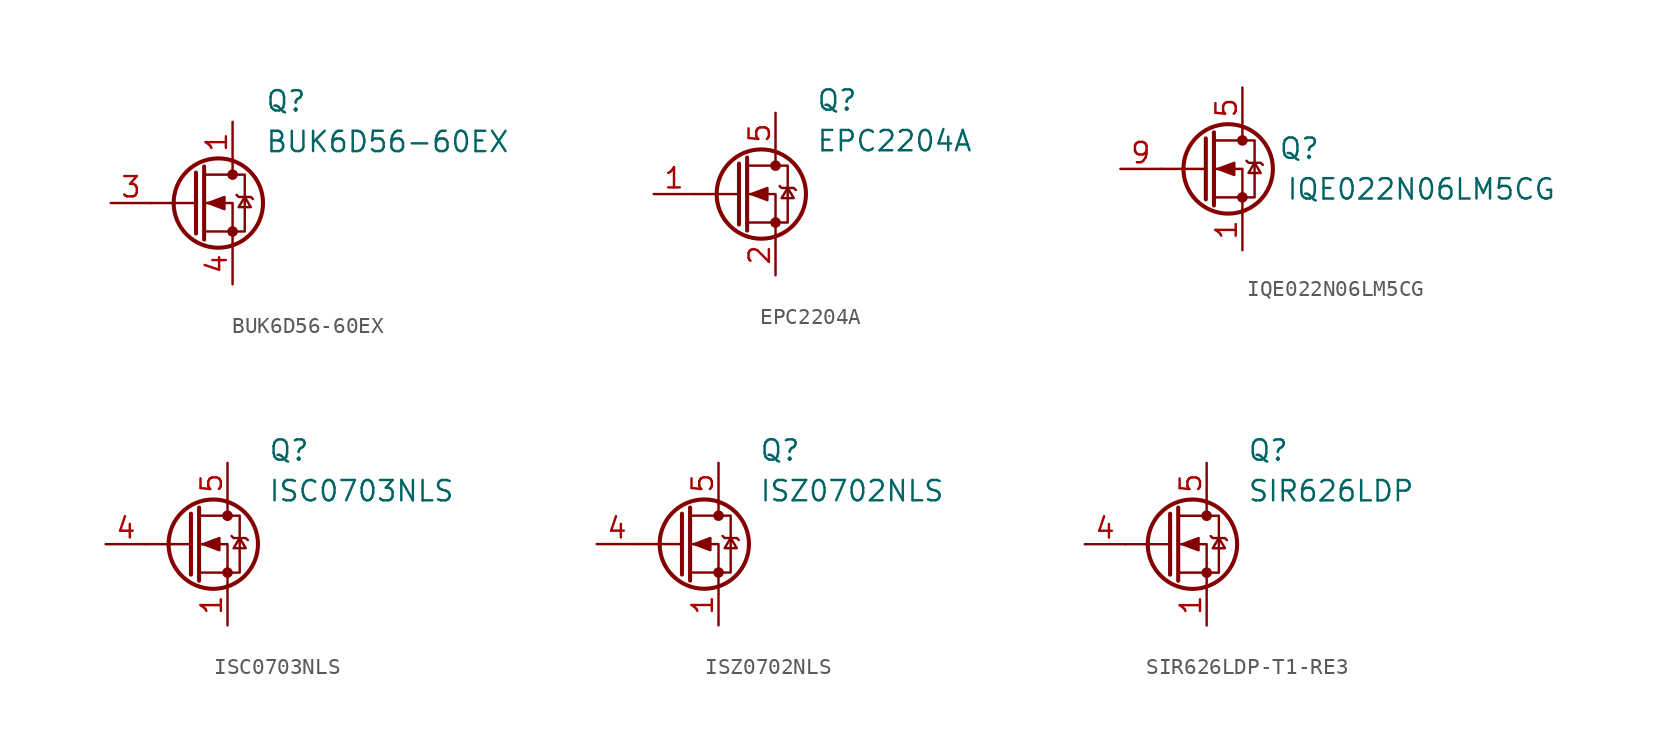
<source format=kicad_sym>
(kicad_symbol_lib
  (version 20241209)
  (generator "kicad_symbol_editor")
  (generator_version "9.0")
  (symbol "BUK6D56-60EX"
    (pin_names
      (hide yes))
    (property "Reference" "Q"
      (at 9.652 7.112 0)
      (effects (font (size 1.27 1.27)) (justify left top)))
    (property "Value" "BUK6D56-60EX"
      (at 9.652 4.572 0)
      (effects (font (size 1.27 1.27)) (justify left top)))
    (symbol "BUK6D56-60EX_0_1"
      (polyline (pts (xy 5.334 1.905) (xy 5.334 -1.905)) (stroke (width 0.254) (type default)) (fill (type none)))
      (polyline (pts (xy 5.334 0) (xy 2.54 0)) (stroke (width 0) (type default)) (fill (type none)))
      (polyline (pts (xy 5.842 2.286) (xy 5.842 -2.286)) (stroke (width 0.254) (type default)) (fill (type none)))
      (polyline (pts (xy 5.842 -1.778) (xy 8.382 -1.778) (xy 8.382 1.778) (xy 5.842 1.778)) (stroke (width 0) (type default)) (fill (type none)))
      (polyline (pts (xy 6.096 0) (xy 7.112 0.381) (xy 7.112 -0.381) (xy 6.096 0)) (stroke (width 0) (type default)) (fill (type outline)))
      (circle (center 6.731 0) (radius 2.794) (stroke (width 0.254) (type default)) (fill (type none)))
      (polyline (pts (xy 7.62 2.54) (xy 7.62 1.778)) (stroke (width 0) (type default)) (fill (type none)))
      (circle (center 7.62 1.778) (radius 0.254) (stroke (width 0) (type default)) (fill (type outline)))
      (circle (center 7.62 -1.778) (radius 0.254) (stroke (width 0) (type default)) (fill (type outline)))
      (polyline (pts (xy 7.62 -2.54) (xy 7.62 0) (xy 5.842 0)) (stroke (width 0) (type default)) (fill (type none)))
      (polyline (pts (xy 7.874 0.508) (xy 8.001 0.381) (xy 8.763 0.381) (xy 8.89 0.254)) (stroke (width 0) (type default)) (fill (type none)))
      (polyline (pts (xy 8.382 0.381) (xy 8.001 -0.254) (xy 8.763 -0.254) (xy 8.382 0.381)) (stroke (width 0) (type default)) (fill (type none))))
    (symbol "BUK6D56-60EX_1_1"
      (pin input line (at 0 0 0) (length 2.54) (name "G" (effects (font (size 1.27 1.27)))) (number "3" (effects (font (size 1.27 1.27)))))
      (pin passive line (at 7.62 5.08 270) (length 2.54) (name "D" (effects (font (size 1.27 1.27)))) (number "1" (effects (font (size 1.27 1.27)))))
      (pin passive line (at 7.62 5.08 270) (length 2.54) (hide yes) (name "D_2" (effects (font (size 1.27 1.27)))) (number "2" (effects (font (size 1.27 1.27)))))
      (pin passive line (at 7.62 5.08 270) (length 2.54) (hide yes) (name "D_3" (effects (font (size 1.27 1.27)))) (number "5" (effects (font (size 1.27 1.27)))))
      (pin passive line (at 7.62 5.08 270) (length 2.54) (hide yes) (name "D_4" (effects (font (size 1.27 1.27)))) (number "6" (effects (font (size 1.27 1.27)))))
      (pin passive line (at 7.62 5.08 270) (length 2.54) (hide yes) (name "D_5" (effects (font (size 1.27 1.27)))) (number "7" (effects (font (size 1.27 1.27)))))
      (pin passive line (at 7.62 -5.08 90) (length 2.54) (name "S" (effects (font (size 1.27 1.27)))) (number "4" (effects (font (size 1.27 1.27)))))
      (pin passive line (at 7.62 -5.08 90) (length 2.54) (hide yes) (name "S_2" (effects (font (size 1.27 1.27)))) (number "8" (effects (font (size 1.27 1.27)))))))
  (symbol "EPC2204A"
    (pin_names
      (hide yes))
    (property "Reference" "Q"
      (at 10.16 6.604 0)
      (effects (font (size 1.27 1.27)) (justify left top)))
    (property "Value" "EPC2204A"
      (at 10.16 4.064 0)
      (effects (font (size 1.27 1.27)) (justify left top)))
    (symbol "EPC2204A_0_1"
      (polyline (pts (xy 5.334 1.905) (xy 5.334 -1.905)) (stroke (width 0.254) (type default)) (fill (type none)))
      (polyline (pts (xy 5.334 0) (xy 2.54 0)) (stroke (width 0) (type default)) (fill (type none)))
      (polyline (pts (xy 5.842 2.286) (xy 5.842 -2.286)) (stroke (width 0.254) (type default)) (fill (type none)))
      (polyline (pts (xy 5.842 -1.778) (xy 8.382 -1.778) (xy 8.382 1.778) (xy 5.842 1.778)) (stroke (width 0) (type default)) (fill (type none)))
      (polyline (pts (xy 6.096 0) (xy 7.112 0.381) (xy 7.112 -0.381) (xy 6.096 0)) (stroke (width 0) (type default)) (fill (type outline)))
      (circle (center 6.731 0) (radius 2.794) (stroke (width 0.254) (type default)) (fill (type none)))
      (polyline (pts (xy 7.62 2.54) (xy 7.62 1.778)) (stroke (width 0) (type default)) (fill (type none)))
      (circle (center 7.62 1.778) (radius 0.254) (stroke (width 0) (type default)) (fill (type outline)))
      (circle (center 7.62 -1.778) (radius 0.254) (stroke (width 0) (type default)) (fill (type outline)))
      (polyline (pts (xy 7.62 -2.54) (xy 7.62 0) (xy 5.842 0)) (stroke (width 0) (type default)) (fill (type none)))
      (polyline (pts (xy 7.874 0.508) (xy 8.001 0.381) (xy 8.763 0.381) (xy 8.89 0.254)) (stroke (width 0) (type default)) (fill (type none)))
      (polyline (pts (xy 8.382 0.381) (xy 8.001 -0.254) (xy 8.763 -0.254) (xy 8.382 0.381)) (stroke (width 0) (type default)) (fill (type none))))
    (symbol "EPC2204A_1_1"
      (pin passive line (at 0 0 0) (length 2.54) (name "S_1" (effects (font (size 1.27 1.27)))) (number "1" (effects (font (size 1.27 1.27)))))
      (pin passive line (at 7.62 5.08 270) (length 2.54) (hide yes) (name "S_3" (effects (font (size 1.27 1.27)))) (number "3" (effects (font (size 1.27 1.27)))))
      (pin passive line (at 7.62 5.08 270) (length 2.54) (name "D_1" (effects (font (size 1.27 1.27)))) (number "5" (effects (font (size 1.27 1.27)))))
      (pin passive line (at 7.62 -5.08 90) (length 2.54) (name "S_2" (effects (font (size 1.27 1.27)))) (number "2" (effects (font (size 1.27 1.27)))))
      (pin passive line (at 7.62 -5.08 90) (length 2.54) (hide yes) (name "G" (effects (font (size 1.27 1.27)))) (number "4" (effects (font (size 1.27 1.27)))))
      (pin passive line (at 7.62 -5.08 90) (length 2.54) (hide yes) (name "D_2" (effects (font (size 1.27 1.27)))) (number "6" (effects (font (size 1.27 1.27)))))))
  (symbol "IQE022N06LM5CG"
    (pin_names
      (hide yes))
    (property "Reference" "Q"
      (at 11.176 1.27 0)
      (effects (font (size 1.27 1.27))))
    (property "Value" "IQE022N06LM5CG"
      (at 18.796 -1.27 0)
      (effects (font (size 1.27 1.27))))
    (symbol "IQE022N06LM5CG_0_1"
      (polyline (pts (xy 5.334 1.905) (xy 5.334 -1.905)) (stroke (width 0.254) (type default)) (fill (type none)))
      (polyline (pts (xy 5.334 0) (xy 2.54 0)) (stroke (width 0) (type default)) (fill (type none)))
      (polyline (pts (xy 5.842 2.286) (xy 5.842 -2.286)) (stroke (width 0.254) (type default)) (fill (type none)))
      (polyline (pts (xy 5.842 -1.778) (xy 8.382 -1.778) (xy 8.382 1.778) (xy 5.842 1.778)) (stroke (width 0) (type default)) (fill (type none)))
      (polyline (pts (xy 6.096 0) (xy 7.112 0.381) (xy 7.112 -0.381) (xy 6.096 0)) (stroke (width 0) (type default)) (fill (type outline)))
      (circle (center 6.731 0) (radius 2.794) (stroke (width 0.254) (type default)) (fill (type none)))
      (polyline (pts (xy 7.62 2.54) (xy 7.62 1.778)) (stroke (width 0) (type default)) (fill (type none)))
      (circle (center 7.62 1.778) (radius 0.254) (stroke (width 0) (type default)) (fill (type outline)))
      (circle (center 7.62 -1.778) (radius 0.254) (stroke (width 0) (type default)) (fill (type outline)))
      (polyline (pts (xy 7.62 -2.54) (xy 7.62 0) (xy 5.842 0)) (stroke (width 0) (type default)) (fill (type none)))
      (polyline (pts (xy 7.874 0.508) (xy 8.001 0.381) (xy 8.763 0.381) (xy 8.89 0.254)) (stroke (width 0) (type default)) (fill (type none)))
      (polyline (pts (xy 8.382 0.381) (xy 8.001 -0.254) (xy 8.763 -0.254) (xy 8.382 0.381)) (stroke (width 0) (type default)) (fill (type none))))
    (symbol "IQE022N06LM5CG_1_1"
      (pin passive line (at 0 0 0) (length 2.54) (name "G" (effects (font (size 1.27 1.27)))) (number "9" (effects (font (size 1.27 1.27)))))
      (pin passive line (at 7.62 5.08 270) (length 2.54) (name "D_1" (effects (font (size 1.27 1.27)))) (number "5" (effects (font (size 1.27 1.27)))))
      (pin passive line (at 7.62 5.08 270) (length 2.54) (hide yes) (name "D_2" (effects (font (size 1.27 1.27)))) (number "6" (effects (font (size 1.27 1.27)))))
      (pin passive line (at 7.62 5.08 270) (length 2.54) (hide yes) (name "D_3" (effects (font (size 1.27 1.27)))) (number "7" (effects (font (size 1.27 1.27)))))
      (pin passive line (at 7.62 5.08 270) (length 2.54) (hide yes) (name "D_4" (effects (font (size 1.27 1.27)))) (number "8" (effects (font (size 1.27 1.27)))))
      (pin passive line (at 7.62 -5.08 90) (length 2.54) (name "S_1" (effects (font (size 1.27 1.27)))) (number "1" (effects (font (size 1.27 1.27)))))
      (pin passive line (at 7.62 -5.08 90) (length 2.54) (hide yes) (name "S_2" (effects (font (size 1.27 1.27)))) (number "2" (effects (font (size 1.27 1.27)))))
      (pin passive line (at 7.62 -5.08 90) (length 2.54) (hide yes) (name "S_3" (effects (font (size 1.27 1.27)))) (number "3" (effects (font (size 1.27 1.27)))))
      (pin passive line (at 7.62 -5.08 90) (length 2.54) (hide yes) (name "G" (effects (font (size 1.27 1.27)))) (number "4" (effects (font (size 1.27 1.27)))))))
  (symbol "ISC0703NLS"
    (pin_names
      (hide yes))
    (property "Reference" "Q"
      (at 10.16 6.604 0)
      (effects (font (size 1.27 1.27)) (justify left top)))
    (property "Value" "ISC0703NLS"
      (at 10.16 4.064 0)
      (effects (font (size 1.27 1.27)) (justify left top)))
    (symbol "ISC0703NLS_0_1"
      (polyline (pts (xy 5.334 1.905) (xy 5.334 -1.905)) (stroke (width 0.254) (type default)) (fill (type none)))
      (polyline (pts (xy 5.334 0) (xy 2.54 0)) (stroke (width 0) (type default)) (fill (type none)))
      (polyline (pts (xy 5.842 2.286) (xy 5.842 -2.286)) (stroke (width 0.254) (type default)) (fill (type none)))
      (polyline (pts (xy 5.842 -1.778) (xy 8.382 -1.778) (xy 8.382 1.778) (xy 5.842 1.778)) (stroke (width 0) (type default)) (fill (type none)))
      (polyline (pts (xy 6.096 0) (xy 7.112 0.381) (xy 7.112 -0.381) (xy 6.096 0)) (stroke (width 0) (type default)) (fill (type outline)))
      (circle (center 6.731 0) (radius 2.794) (stroke (width 0.254) (type default)) (fill (type none)))
      (polyline (pts (xy 7.62 2.54) (xy 7.62 1.778)) (stroke (width 0) (type default)) (fill (type none)))
      (circle (center 7.62 1.778) (radius 0.254) (stroke (width 0) (type default)) (fill (type outline)))
      (circle (center 7.62 -1.778) (radius 0.254) (stroke (width 0) (type default)) (fill (type outline)))
      (polyline (pts (xy 7.62 -2.54) (xy 7.62 0) (xy 5.842 0)) (stroke (width 0) (type default)) (fill (type none)))
      (polyline (pts (xy 7.874 0.508) (xy 8.001 0.381) (xy 8.763 0.381) (xy 8.89 0.254)) (stroke (width 0) (type default)) (fill (type none)))
      (polyline (pts (xy 8.382 0.381) (xy 8.001 -0.254) (xy 8.763 -0.254) (xy 8.382 0.381)) (stroke (width 0) (type default)) (fill (type none))))
    (symbol "ISC0703NLS_1_1"
      (pin passive line (at 0 0 0) (length 2.54) (name "G" (effects (font (size 1.27 1.27)))) (number "4" (effects (font (size 1.27 1.27)))))
      (pin passive line (at 7.62 5.08 270) (length 2.54) (name "D_1" (effects (font (size 1.27 1.27)))) (number "5" (effects (font (size 1.27 1.27)))))
      (pin passive line (at 7.62 5.08 270) (length 2.54) (hide yes) (name "D_2" (effects (font (size 1.27 1.27)))) (number "6" (effects (font (size 1.27 1.27)))))
      (pin passive line (at 7.62 5.08 270) (length 2.54) (hide yes) (name "D_3" (effects (font (size 1.27 1.27)))) (number "7" (effects (font (size 1.27 1.27)))))
      (pin passive line (at 7.62 5.08 270) (length 2.54) (hide yes) (name "D_4" (effects (font (size 1.27 1.27)))) (number "8" (effects (font (size 1.27 1.27)))))
      (pin passive line (at 7.62 -5.08 90) (length 2.54) (name "S_1" (effects (font (size 1.27 1.27)))) (number "1" (effects (font (size 1.27 1.27)))))
      (pin passive line (at 7.62 -5.08 90) (length 2.54) (hide yes) (name "S_2" (effects (font (size 1.27 1.27)))) (number "2" (effects (font (size 1.27 1.27)))))
      (pin passive line (at 7.62 -5.08 90) (length 2.54) (hide yes) (name "S_3" (effects (font (size 1.27 1.27)))) (number "3" (effects (font (size 1.27 1.27)))))))
  (symbol "ISZ0702NLS"
    (pin_names
      (hide yes))
    (property "Reference" "Q"
      (at 10.16 6.604 0)
      (effects (font (size 1.27 1.27)) (justify left top)))
    (property "Value" "ISZ0702NLS"
      (at 10.16 4.064 0)
      (effects (font (size 1.27 1.27)) (justify left top)))
    (symbol "ISZ0702NLS_0_1"
      (polyline (pts (xy 5.334 1.905) (xy 5.334 -1.905)) (stroke (width 0.254) (type default)) (fill (type none)))
      (polyline (pts (xy 5.334 0) (xy 2.54 0)) (stroke (width 0) (type default)) (fill (type none)))
      (polyline (pts (xy 5.842 2.286) (xy 5.842 -2.286)) (stroke (width 0.254) (type default)) (fill (type none)))
      (polyline (pts (xy 5.842 -1.778) (xy 8.382 -1.778) (xy 8.382 1.778) (xy 5.842 1.778)) (stroke (width 0) (type default)) (fill (type none)))
      (polyline (pts (xy 6.096 0) (xy 7.112 0.381) (xy 7.112 -0.381) (xy 6.096 0)) (stroke (width 0) (type default)) (fill (type outline)))
      (circle (center 6.731 0) (radius 2.794) (stroke (width 0.254) (type default)) (fill (type none)))
      (polyline (pts (xy 7.62 2.54) (xy 7.62 1.778)) (stroke (width 0) (type default)) (fill (type none)))
      (circle (center 7.62 1.778) (radius 0.254) (stroke (width 0) (type default)) (fill (type outline)))
      (circle (center 7.62 -1.778) (radius 0.254) (stroke (width 0) (type default)) (fill (type outline)))
      (polyline (pts (xy 7.62 -2.54) (xy 7.62 0) (xy 5.842 0)) (stroke (width 0) (type default)) (fill (type none)))
      (polyline (pts (xy 7.874 0.508) (xy 8.001 0.381) (xy 8.763 0.381) (xy 8.89 0.254)) (stroke (width 0) (type default)) (fill (type none)))
      (polyline (pts (xy 8.382 0.381) (xy 8.001 -0.254) (xy 8.763 -0.254) (xy 8.382 0.381)) (stroke (width 0) (type default)) (fill (type none))))
    (symbol "ISZ0702NLS_1_1"
      (pin passive line (at 0 0 0) (length 2.54) (name "G" (effects (font (size 1.27 1.27)))) (number "4" (effects (font (size 1.27 1.27)))))
      (pin passive line (at 7.62 5.08 270) (length 2.54) (name "D_1" (effects (font (size 1.27 1.27)))) (number "5" (effects (font (size 1.27 1.27)))))
      (pin passive line (at 7.62 5.08 270) (length 2.54) (hide yes) (name "D_2" (effects (font (size 1.27 1.27)))) (number "6" (effects (font (size 1.27 1.27)))))
      (pin passive line (at 7.62 5.08 270) (length 2.54) (hide yes) (name "D_3" (effects (font (size 1.27 1.27)))) (number "7" (effects (font (size 1.27 1.27)))))
      (pin passive line (at 7.62 5.08 270) (length 2.54) (hide yes) (name "D_4" (effects (font (size 1.27 1.27)))) (number "8" (effects (font (size 1.27 1.27)))))
      (pin passive line (at 7.62 -5.08 90) (length 2.54) (name "S_1" (effects (font (size 1.27 1.27)))) (number "1" (effects (font (size 1.27 1.27)))))
      (pin passive line (at 7.62 -5.08 90) (length 2.54) (hide yes) (name "S_2" (effects (font (size 1.27 1.27)))) (number "2" (effects (font (size 1.27 1.27)))))
      (pin passive line (at 7.62 -5.08 90) (length 2.54) (hide yes) (name "S_3" (effects (font (size 1.27 1.27)))) (number "3" (effects (font (size 1.27 1.27)))))))
  (symbol "SIR626LDP-T1-RE3"
    (pin_names
      (hide yes))
    (property "Reference" "Q"
      (at 10.16 6.604 0)
      (effects (font (size 1.27 1.27)) (justify left top)))
    (property "Value" "SIR626LDP"
      (at 10.16 4.064 0)
      (effects (font (size 1.27 1.27)) (justify left top)))
    (symbol "SIR626LDP-T1-RE3_0_1"
      (polyline (pts (xy 5.334 1.905) (xy 5.334 -1.905)) (stroke (width 0.254) (type default)) (fill (type none)))
      (polyline (pts (xy 5.334 0) (xy 2.54 0)) (stroke (width 0) (type default)) (fill (type none)))
      (polyline (pts (xy 5.842 2.286) (xy 5.842 -2.286)) (stroke (width 0.254) (type default)) (fill (type none)))
      (polyline (pts (xy 5.842 -1.778) (xy 8.382 -1.778) (xy 8.382 1.778) (xy 5.842 1.778)) (stroke (width 0) (type default)) (fill (type none)))
      (polyline (pts (xy 6.096 0) (xy 7.112 0.381) (xy 7.112 -0.381) (xy 6.096 0)) (stroke (width 0) (type default)) (fill (type outline)))
      (circle (center 6.731 0) (radius 2.794) (stroke (width 0.254) (type default)) (fill (type none)))
      (polyline (pts (xy 7.62 2.54) (xy 7.62 1.778)) (stroke (width 0) (type default)) (fill (type none)))
      (circle (center 7.62 1.778) (radius 0.254) (stroke (width 0) (type default)) (fill (type outline)))
      (circle (center 7.62 -1.778) (radius 0.254) (stroke (width 0) (type default)) (fill (type outline)))
      (polyline (pts (xy 7.62 -2.54) (xy 7.62 0) (xy 5.842 0)) (stroke (width 0) (type default)) (fill (type none)))
      (polyline (pts (xy 7.874 0.508) (xy 8.001 0.381) (xy 8.763 0.381) (xy 8.89 0.254)) (stroke (width 0) (type default)) (fill (type none)))
      (polyline (pts (xy 8.382 0.381) (xy 8.001 -0.254) (xy 8.763 -0.254) (xy 8.382 0.381)) (stroke (width 0) (type default)) (fill (type none))))
    (symbol "SIR626LDP-T1-RE3_1_1"
      (pin passive line (at 0 0 0) (length 2.54) (name "G" (effects (font (size 1.27 1.27)))) (number "4" (effects (font (size 1.27 1.27)))))
      (pin passive line (at 7.62 5.08 270) (length 2.54) (name "D_1" (effects (font (size 1.27 1.27)))) (number "5" (effects (font (size 1.27 1.27)))))
      (pin passive line (at 7.62 5.08 270) (length 2.54) (hide yes) (name "D_2" (effects (font (size 1.27 1.27)))) (number "6" (effects (font (size 1.27 1.27)))))
      (pin passive line (at 7.62 5.08 270) (length 2.54) (hide yes) (name "D_3" (effects (font (size 1.27 1.27)))) (number "7" (effects (font (size 1.27 1.27)))))
      (pin passive line (at 7.62 5.08 270) (length 2.54) (hide yes) (name "D_4" (effects (font (size 1.27 1.27)))) (number "8" (effects (font (size 1.27 1.27)))))
      (pin passive line (at 7.62 -5.08 90) (length 2.54) (name "S_1" (effects (font (size 1.27 1.27)))) (number "1" (effects (font (size 1.27 1.27)))))
      (pin passive line (at 7.62 -5.08 90) (length 2.54) (hide yes) (name "S_2" (effects (font (size 1.27 1.27)))) (number "2" (effects (font (size 1.27 1.27)))))
      (pin passive line (at 7.62 -5.08 90) (length 2.54) (hide yes) (name "S_3" (effects (font (size 1.27 1.27)))) (number "3" (effects (font (size 1.27 1.27))))))))
</source>
